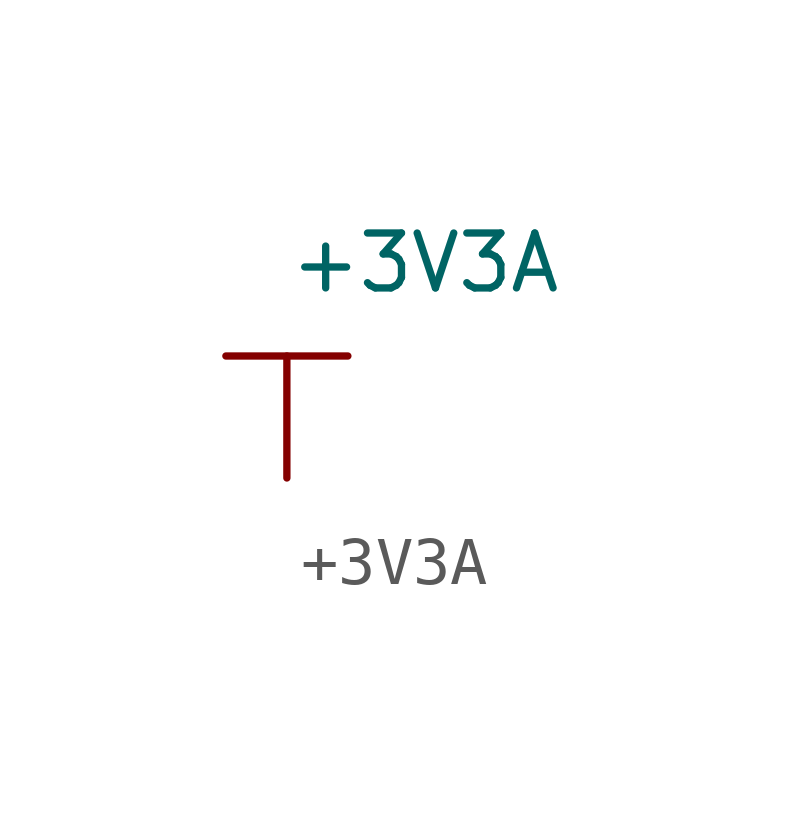
<source format=kicad_sym>
(kicad_symbol_lib
  (version 20211014)
  (generator kicad_symbol_editor)
  (symbol "+3V3A"
    (power)
    (pin_numbers hide)
    (pin_names
      (offset 1.016) hide)
    (property "Reference" "#SUPPLY"
      (at 0 0 0)
      (effects (font (size 1.143 1.143)) (justify left bottom) hide))
    (property "Value" "+3V3A"
      (at 0 3.81 0)
      (effects (font (size 1.143 1.143)) (justify left bottom)))
    (property "ki_locked" ""
      (at 0 0 0)
      (effects (font (size 1.27 1.27))))
    (symbol "+3V3A_1_0"
      (polyline (pts (xy -1.27 2.54) (xy 1.27 2.54)) (stroke (width 0) (type default) (color 0 0 0 0)) (fill (type none)))
      (polyline (pts (xy 0 0) (xy 0 2.54)) (stroke (width 0) (type default) (color 0 0 0 0)) (fill (type none))))
    (symbol "+3V3A_1_1"
      (pin power_in line (at 0 0 90) (length 2.54) hide (name "+3V3A" (effects (font (size 1.016 1.016)))) (number "~" (effects (font (size 1.016 1.016))))))))
</source>
